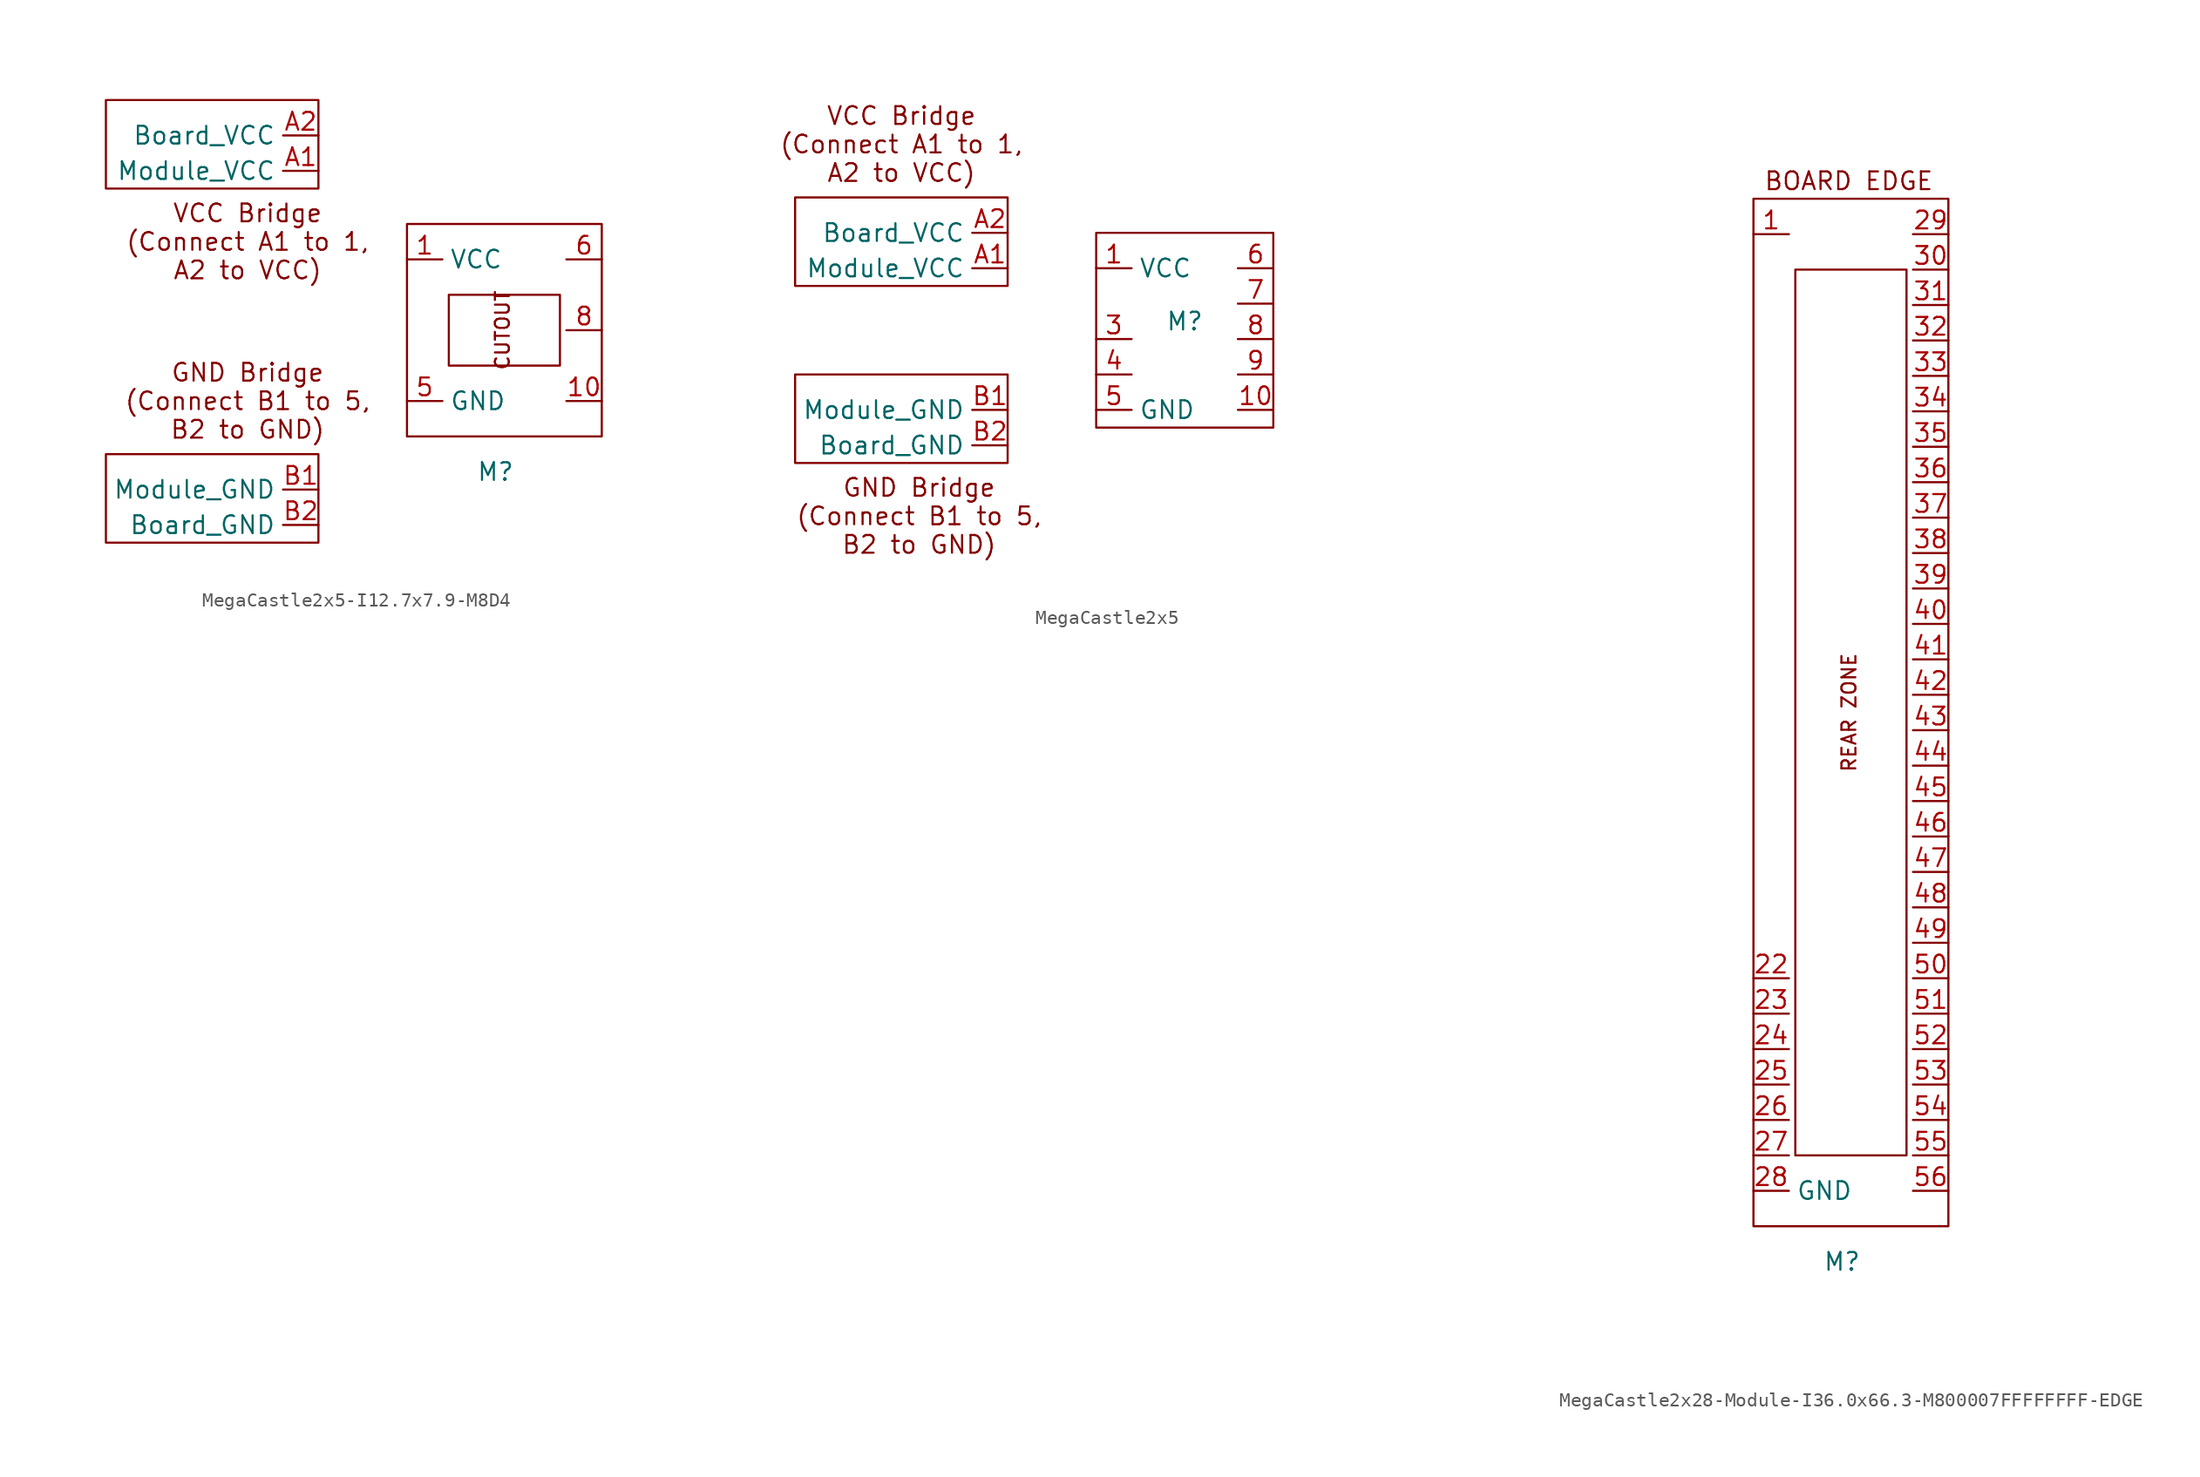
<source format=kicad_sym>
(kicad_symbol_lib
  (version 20231120)
  (generator "kicad_symbol_editor")
  (generator_version "8.0")
  (symbol "MegaCastle2x5-I12.7x7.9-M8D4"
    (property "Reference" "M"
      (at 0 -10.16 0)
      (effects (font (size 1.27 1.27))))
    (property "Value" ""
      (at 0 5.08 0)
      (effects (font (size 1.27 1.27))))
    (symbol "MegaCastle2x5-I12.7x7.9-M8D4_0_1"
      (rectangle (start -27.94 -8.89) (end -12.7 -15.24) (stroke (width 0) (type default)) (fill (type none)))
      (rectangle (start -27.94 16.51) (end -12.7 10.16) (stroke (width 0) (type default)) (fill (type none)))
      (rectangle (start -6.35 7.62) (end 7.62 -7.62) (stroke (width 0) (type default)) (fill (type none)))
      (rectangle (start -3.35 2.54) (end 4.62 -2.54) (stroke (width 0) (type default)) (fill (type none))))
    (symbol "MegaCastle2x5-I12.7x7.9-M8D4_1_1"
      (text "CUTOUT" (at 0.5 0 900) (effects (font (size 1 1))))
      (text "GND Bridge\n(Connect B1 to 5,\nB2 to GND)" (at -17.78 -5.08 0) (effects (font (size 1.27 1.27))))
      (text "VCC Bridge\n(Connect A1 to 1,\nA2 to VCC)" (at -17.78 6.35 0) (effects (font (size 1.27 1.27))))
      (pin bidirectional line (at -6.35 5.08 0) (length 2.54) (name "VCC" (effects (font (size 1.27 1.27)))) (number "1" (effects (font (size 1.27 1.27)))))
      (pin bidirectional line (at 7.62 -5.08 180) (length 2.54) (name "" (effects (font (size 1.27 1.27)))) (number "10" (effects (font (size 1.27 1.27)))))
      (pin bidirectional line (at -6.35 -5.08 0) (length 2.54) (name "GND" (effects (font (size 1.27 1.27)))) (number "5" (effects (font (size 1.27 1.27)))))
      (pin bidirectional line (at 7.62 5.08 180) (length 2.54) (name "" (effects (font (size 1.27 1.27)))) (number "6" (effects (font (size 1.27 1.27)))))
      (pin bidirectional line (at 7.62 0 180) (length 2.54) (name "" (effects (font (size 1.27 1.27)))) (number "8" (effects (font (size 1.27 1.27)))))
      (pin bidirectional line (at -12.7 11.43 180) (length 2.54) (name "Module_VCC" (effects (font (size 1.27 1.27)))) (number "A1" (effects (font (size 1.27 1.27)))))
      (pin bidirectional line (at -12.7 13.97 180) (length 2.54) (name "Board_VCC" (effects (font (size 1.27 1.27)))) (number "A2" (effects (font (size 1.27 1.27)))))
      (pin bidirectional line (at -12.7 -11.43 180) (length 2.54) (name "Module_GND" (effects (font (size 1.27 1.27)))) (number "B1" (effects (font (size 1.27 1.27)))))
      (pin bidirectional line (at -12.7 -13.97 180) (length 2.54) (name "Board_GND" (effects (font (size 1.27 1.27)))) (number "B2" (effects (font (size 1.27 1.27)))))))
  (symbol "MegaCastle2x5"
    (property "Reference" "M"
      (at 0 0 0)
      (effects (font (size 1.27 1.27))))
    (property "Value" ""
      (at 17.78 0 0)
      (effects (font (size 1.27 1.27))))
    (symbol "MegaCastle2x5_0_1"
      (rectangle (start -27.94 -3.81) (end -12.7 -10.16) (stroke (width 0) (type default)) (fill (type none)))
      (rectangle (start -27.94 8.89) (end -12.7 2.54) (stroke (width 0) (type default)) (fill (type none)))
      (rectangle (start -6.35 6.35) (end 6.35 -7.62) (stroke (width 0) (type default)) (fill (type none))))
    (symbol "MegaCastle2x5_1_1"
      (text "GND Bridge\n(Connect B1 to 5,\nB2 to GND)" (at -19.05 -13.97 0) (effects (font (size 1.27 1.27))))
      (text "VCC Bridge\n(Connect A1 to 1,\nA2 to VCC)" (at -20.32 12.7 0) (effects (font (size 1.27 1.27))))
      (pin bidirectional line (at -6.35 3.81 0) (length 2.54) (name "VCC" (effects (font (size 1.27 1.27)))) (number "1" (effects (font (size 1.27 1.27)))))
      (pin bidirectional line (at 6.35 -6.35 180) (length 2.54) (name "" (effects (font (size 1.27 1.27)))) (number "10" (effects (font (size 1.27 1.27)))))
      (pin bidirectional line (at -6.35 -1.27 0) (length 2.54) (name "" (effects (font (size 1.27 1.27)))) (number "3" (effects (font (size 1.27 1.27)))))
      (pin bidirectional line (at -6.35 -3.81 0) (length 2.54) (name "" (effects (font (size 1.27 1.27)))) (number "4" (effects (font (size 1.27 1.27)))))
      (pin bidirectional line (at -6.35 -6.35 0) (length 2.54) (name "GND" (effects (font (size 1.27 1.27)))) (number "5" (effects (font (size 1.27 1.27)))))
      (pin bidirectional line (at 6.35 3.81 180) (length 2.54) (name "" (effects (font (size 1.27 1.27)))) (number "6" (effects (font (size 1.27 1.27)))))
      (pin bidirectional line (at 6.35 1.27 180) (length 2.54) (name "" (effects (font (size 1.27 1.27)))) (number "7" (effects (font (size 1.27 1.27)))))
      (pin bidirectional line (at 6.35 -1.27 180) (length 2.54) (name "" (effects (font (size 1.27 1.27)))) (number "8" (effects (font (size 1.27 1.27)))))
      (pin bidirectional line (at 6.35 -3.81 180) (length 2.54) (name "" (effects (font (size 1.27 1.27)))) (number "9" (effects (font (size 1.27 1.27)))))
      (pin bidirectional line (at -12.7 3.81 180) (length 2.54) (name "Module_VCC" (effects (font (size 1.27 1.27)))) (number "A1" (effects (font (size 1.27 1.27)))))
      (pin bidirectional line (at -12.7 6.35 180) (length 2.54) (name "Board_VCC" (effects (font (size 1.27 1.27)))) (number "A2" (effects (font (size 1.27 1.27)))))
      (pin bidirectional line (at -12.7 -6.35 180) (length 2.54) (name "Module_GND" (effects (font (size 1.27 1.27)))) (number "B1" (effects (font (size 1.27 1.27)))))
      (pin bidirectional line (at -12.7 -8.89 180) (length 2.54) (name "Board_GND" (effects (font (size 1.27 1.27)))) (number "B2" (effects (font (size 1.27 1.27)))))))
  (symbol "MegaCastle2x28-Module-I36.0x66.3-M800007FFFFFFFF-EDGE"
    (property "Reference" "M"
      (at 0 -39.37 0)
      (effects (font (size 1.27 1.27))))
    (property "Value" ""
      (at 0 5.08 0)
      (effects (font (size 1.27 1.27))))
    (symbol "MegaCastle2x28-Module-I36.0x66.3-M800007FFFFFFFF-EDGE_0_1"
      (rectangle (start -6.35 36.83) (end 7.62 -36.83) (stroke (width 0) (type default)) (fill (type none)))
      (rectangle (start -3.35 31.75) (end 4.62 -31.75) (stroke (width 0) (type default)) (fill (type none))))
    (symbol "MegaCastle2x28-Module-I36.0x66.3-M800007FFFFFFFF-EDGE_1_1"
      (text " BOARD EDGE" (at 0 38.1 0) (effects (font (size 1.27 1.27))))
      (text "REAR ZONE" (at 0.5 0 900) (effects (font (size 1 1))))
      (pin bidirectional line (at -6.35 34.29 0) (length 2.54) (name "" (effects (font (size 1.27 1.27)))) (number "1" (effects (font (size 1.27 1.27)))))
      (pin bidirectional line (at -6.35 -19.05 0) (length 2.54) (name "" (effects (font (size 1.27 1.27)))) (number "22" (effects (font (size 1.27 1.27)))))
      (pin bidirectional line (at -6.35 -21.59 0) (length 2.54) (name "" (effects (font (size 1.27 1.27)))) (number "23" (effects (font (size 1.27 1.27)))))
      (pin bidirectional line (at -6.35 -24.13 0) (length 2.54) (name "" (effects (font (size 1.27 1.27)))) (number "24" (effects (font (size 1.27 1.27)))))
      (pin bidirectional line (at -6.35 -26.67 0) (length 2.54) (name "" (effects (font (size 1.27 1.27)))) (number "25" (effects (font (size 1.27 1.27)))))
      (pin bidirectional line (at -6.35 -29.21 0) (length 2.54) (name "" (effects (font (size 1.27 1.27)))) (number "26" (effects (font (size 1.27 1.27)))))
      (pin bidirectional line (at -6.35 -31.75 0) (length 2.54) (name "" (effects (font (size 1.27 1.27)))) (number "27" (effects (font (size 1.27 1.27)))))
      (pin bidirectional line (at -6.35 -34.29 0) (length 2.54) (name "GND" (effects (font (size 1.27 1.27)))) (number "28" (effects (font (size 1.27 1.27)))))
      (pin bidirectional line (at 7.62 34.29 180) (length 2.54) (name "" (effects (font (size 1.27 1.27)))) (number "29" (effects (font (size 1.27 1.27)))))
      (pin bidirectional line (at 7.62 31.75 180) (length 2.54) (name "" (effects (font (size 1.27 1.27)))) (number "30" (effects (font (size 1.27 1.27)))))
      (pin bidirectional line (at 7.62 29.21 180) (length 2.54) (name "" (effects (font (size 1.27 1.27)))) (number "31" (effects (font (size 1.27 1.27)))))
      (pin bidirectional line (at 7.62 26.67 180) (length 2.54) (name "" (effects (font (size 1.27 1.27)))) (number "32" (effects (font (size 1.27 1.27)))))
      (pin bidirectional line (at 7.62 24.13 180) (length 2.54) (name "" (effects (font (size 1.27 1.27)))) (number "33" (effects (font (size 1.27 1.27)))))
      (pin bidirectional line (at 7.62 21.59 180) (length 2.54) (name "" (effects (font (size 1.27 1.27)))) (number "34" (effects (font (size 1.27 1.27)))))
      (pin bidirectional line (at 7.62 19.05 180) (length 2.54) (name "" (effects (font (size 1.27 1.27)))) (number "35" (effects (font (size 1.27 1.27)))))
      (pin bidirectional line (at 7.62 16.51 180) (length 2.54) (name "" (effects (font (size 1.27 1.27)))) (number "36" (effects (font (size 1.27 1.27)))))
      (pin bidirectional line (at 7.62 13.97 180) (length 2.54) (name "" (effects (font (size 1.27 1.27)))) (number "37" (effects (font (size 1.27 1.27)))))
      (pin bidirectional line (at 7.62 11.43 180) (length 2.54) (name "" (effects (font (size 1.27 1.27)))) (number "38" (effects (font (size 1.27 1.27)))))
      (pin bidirectional line (at 7.62 8.89 180) (length 2.54) (name "" (effects (font (size 1.27 1.27)))) (number "39" (effects (font (size 1.27 1.27)))))
      (pin bidirectional line (at 7.62 6.35 180) (length 2.54) (name "" (effects (font (size 1.27 1.27)))) (number "40" (effects (font (size 1.27 1.27)))))
      (pin bidirectional line (at 7.62 3.81 180) (length 2.54) (name "" (effects (font (size 1.27 1.27)))) (number "41" (effects (font (size 1.27 1.27)))))
      (pin bidirectional line (at 7.62 1.27 180) (length 2.54) (name "" (effects (font (size 1.27 1.27)))) (number "42" (effects (font (size 1.27 1.27)))))
      (pin bidirectional line (at 7.62 -1.27 180) (length 2.54) (name "" (effects (font (size 1.27 1.27)))) (number "43" (effects (font (size 1.27 1.27)))))
      (pin bidirectional line (at 7.62 -3.81 180) (length 2.54) (name "" (effects (font (size 1.27 1.27)))) (number "44" (effects (font (size 1.27 1.27)))))
      (pin bidirectional line (at 7.62 -6.35 180) (length 2.54) (name "" (effects (font (size 1.27 1.27)))) (number "45" (effects (font (size 1.27 1.27)))))
      (pin bidirectional line (at 7.62 -8.89 180) (length 2.54) (name "" (effects (font (size 1.27 1.27)))) (number "46" (effects (font (size 1.27 1.27)))))
      (pin bidirectional line (at 7.62 -11.43 180) (length 2.54) (name "" (effects (font (size 1.27 1.27)))) (number "47" (effects (font (size 1.27 1.27)))))
      (pin bidirectional line (at 7.62 -13.97 180) (length 2.54) (name "" (effects (font (size 1.27 1.27)))) (number "48" (effects (font (size 1.27 1.27)))))
      (pin bidirectional line (at 7.62 -16.51 180) (length 2.54) (name "" (effects (font (size 1.27 1.27)))) (number "49" (effects (font (size 1.27 1.27)))))
      (pin bidirectional line (at 7.62 -19.05 180) (length 2.54) (name "" (effects (font (size 1.27 1.27)))) (number "50" (effects (font (size 1.27 1.27)))))
      (pin bidirectional line (at 7.62 -21.59 180) (length 2.54) (name "" (effects (font (size 1.27 1.27)))) (number "51" (effects (font (size 1.27 1.27)))))
      (pin bidirectional line (at 7.62 -24.13 180) (length 2.54) (name "" (effects (font (size 1.27 1.27)))) (number "52" (effects (font (size 1.27 1.27)))))
      (pin bidirectional line (at 7.62 -26.67 180) (length 2.54) (name "" (effects (font (size 1.27 1.27)))) (number "53" (effects (font (size 1.27 1.27)))))
      (pin bidirectional line (at 7.62 -29.21 180) (length 2.54) (name "" (effects (font (size 1.27 1.27)))) (number "54" (effects (font (size 1.27 1.27)))))
      (pin bidirectional line (at 7.62 -31.75 180) (length 2.54) (name "" (effects (font (size 1.27 1.27)))) (number "55" (effects (font (size 1.27 1.27)))))
      (pin bidirectional line (at 7.62 -34.29 180) (length 2.54) (name "" (effects (font (size 1.27 1.27)))) (number "56" (effects (font (size 1.27 1.27))))))))
</source>
